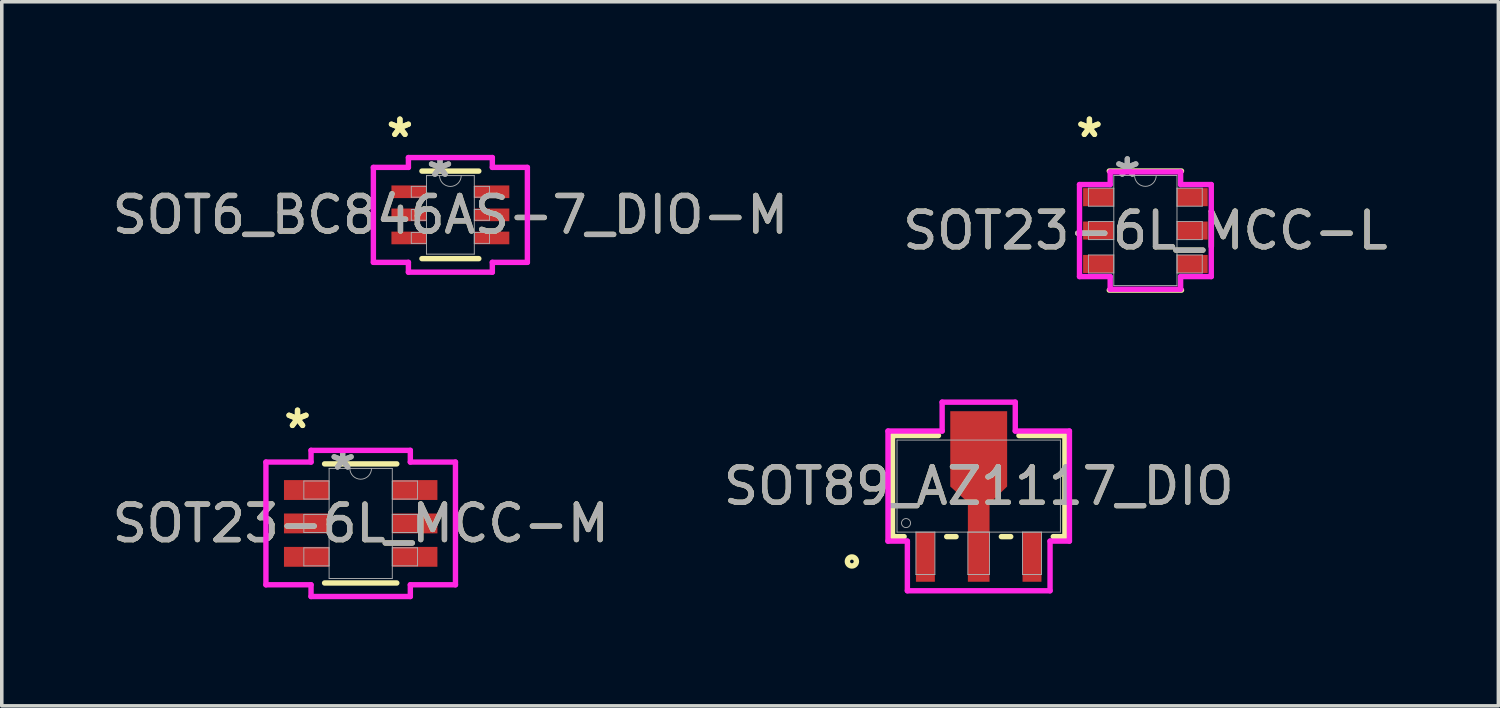
<source format=kicad_pcb>
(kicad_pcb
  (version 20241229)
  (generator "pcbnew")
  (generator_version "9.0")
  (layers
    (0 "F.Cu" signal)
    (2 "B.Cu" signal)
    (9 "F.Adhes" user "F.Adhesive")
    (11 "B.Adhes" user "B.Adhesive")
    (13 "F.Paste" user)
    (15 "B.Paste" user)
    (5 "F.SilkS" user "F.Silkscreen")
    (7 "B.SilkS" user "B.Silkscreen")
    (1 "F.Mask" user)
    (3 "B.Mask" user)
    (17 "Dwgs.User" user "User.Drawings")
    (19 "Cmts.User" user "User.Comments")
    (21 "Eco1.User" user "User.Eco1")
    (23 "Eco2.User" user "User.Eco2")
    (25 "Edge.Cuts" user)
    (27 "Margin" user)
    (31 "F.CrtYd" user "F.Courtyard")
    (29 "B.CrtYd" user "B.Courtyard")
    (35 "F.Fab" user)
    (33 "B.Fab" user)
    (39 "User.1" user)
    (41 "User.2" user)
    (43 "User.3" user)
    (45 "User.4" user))
  (footprint "SOT23-6L_MCC-L"
    (layer "F.Cu")
    (at 29.185 3.439)
    (property "Reference" "SOT23-6L_MCC-L" (at 0 0 0) (unlocked yes) (layer "F.SilkS") (effects (font (size 1 1) (thickness 0.15))))
    (attr smd)
    (fp_line (start -1.016 1.676) (end 1.016 1.676) (stroke (width 0.152) (type solid)) (layer "F.SilkS"))
    (fp_line (start 1.016 -1.676) (end -1.016 -1.676) (stroke (width 0.152) (type solid)) (layer "F.SilkS"))
    (fp_line (start -1.854 -1.295) (end -0.991 -1.295) (stroke (width 0.152) (type solid)) (layer "F.CrtYd"))
    (fp_line (start -1.854 1.295) (end -1.854 -1.295) (stroke (width 0.152) (type solid)) (layer "F.CrtYd"))
    (fp_line (start -1.854 1.295) (end -0.991 1.295) (stroke (width 0.152) (type solid)) (layer "F.CrtYd"))
    (fp_line (start -0.991 -1.651) (end 0.991 -1.651) (stroke (width 0.152) (type solid)) (layer "F.CrtYd"))
    (fp_line (start -0.991 -1.295) (end -0.991 -1.651) (stroke (width 0.152) (type solid)) (layer "F.CrtYd"))
    (fp_line (start -0.991 1.651) (end -0.991 1.295) (stroke (width 0.152) (type solid)) (layer "F.CrtYd"))
    (fp_line (start 0.991 -1.651) (end 0.991 -1.295) (stroke (width 0.152) (type solid)) (layer "F.CrtYd"))
    (fp_line (start 0.991 1.295) (end 0.991 1.651) (stroke (width 0.152) (type solid)) (layer "F.CrtYd"))
    (fp_line (start 0.991 1.651) (end -0.991 1.651) (stroke (width 0.152) (type solid)) (layer "F.CrtYd"))
    (fp_line (start 1.854 -1.295) (end 0.991 -1.295) (stroke (width 0.152) (type solid)) (layer "F.CrtYd"))
    (fp_line (start 1.854 -1.295) (end 1.854 1.295) (stroke (width 0.152) (type solid)) (layer "F.CrtYd"))
    (fp_line (start 1.854 1.295) (end 0.991 1.295) (stroke (width 0.152) (type solid)) (layer "F.CrtYd"))
    (fp_line (start -1.6 -1.194) (end -1.6 -0.686) (stroke (width 0.025) (type solid)) (layer "F.Fab"))
    (fp_line (start -1.6 -0.686) (end -0.889 -0.686) (stroke (width 0.025) (type solid)) (layer "F.Fab"))
    (fp_line (start -1.6 -0.254) (end -1.6 0.254) (stroke (width 0.025) (type solid)) (layer "F.Fab"))
    (fp_line (start -1.6 0.254) (end -0.889 0.254) (stroke (width 0.025) (type solid)) (layer "F.Fab"))
    (fp_line (start -1.6 0.686) (end -1.6 1.194) (stroke (width 0.025) (type solid)) (layer "F.Fab"))
    (fp_line (start -1.6 1.194) (end -0.889 1.194) (stroke (width 0.025) (type solid)) (layer "F.Fab"))
    (fp_line (start -0.889 -1.549) (end -0.889 1.549) (stroke (width 0.025) (type solid)) (layer "F.Fab"))
    (fp_line (start -0.889 -1.194) (end -1.6 -1.194) (stroke (width 0.025) (type solid)) (layer "F.Fab"))
    (fp_line (start -0.889 -0.686) (end -0.889 -1.194) (stroke (width 0.025) (type solid)) (layer "F.Fab"))
    (fp_line (start -0.889 -0.254) (end -1.6 -0.254) (stroke (width 0.025) (type solid)) (layer "F.Fab"))
    (fp_line (start -0.889 0.254) (end -0.889 -0.254) (stroke (width 0.025) (type solid)) (layer "F.Fab"))
    (fp_line (start -0.889 0.686) (end -1.6 0.686) (stroke (width 0.025) (type solid)) (layer "F.Fab"))
    (fp_line (start -0.889 1.194) (end -0.889 0.686) (stroke (width 0.025) (type solid)) (layer "F.Fab"))
    (fp_line (start -0.889 1.549) (end 0.889 1.549) (stroke (width 0.025) (type solid)) (layer "F.Fab"))
    (fp_line (start 0.889 -1.549) (end -0.889 -1.549) (stroke (width 0.025) (type solid)) (layer "F.Fab"))
    (fp_line (start 0.889 -1.194) (end 0.889 -0.686) (stroke (width 0.025) (type solid)) (layer "F.Fab"))
    (fp_line (start 0.889 -0.686) (end 1.6 -0.686) (stroke (width 0.025) (type solid)) (layer "F.Fab"))
    (fp_line (start 0.889 -0.254) (end 0.889 0.254) (stroke (width 0.025) (type solid)) (layer "F.Fab"))
    (fp_line (start 0.889 0.254) (end 1.6 0.254) (stroke (width 0.025) (type solid)) (layer "F.Fab"))
    (fp_line (start 0.889 0.686) (end 0.889 1.194) (stroke (width 0.025) (type solid)) (layer "F.Fab"))
    (fp_line (start 0.889 1.194) (end 1.6 1.194) (stroke (width 0.025) (type solid)) (layer "F.Fab"))
    (fp_line (start 0.889 1.549) (end 0.889 -1.549) (stroke (width 0.025) (type solid)) (layer "F.Fab"))
    (fp_line (start 1.6 -1.194) (end 0.889 -1.194) (stroke (width 0.025) (type solid)) (layer "F.Fab"))
    (fp_line (start 1.6 -0.686) (end 1.6 -1.194) (stroke (width 0.025) (type solid)) (layer "F.Fab"))
    (fp_line (start 1.6 -0.254) (end 0.889 -0.254) (stroke (width 0.025) (type solid)) (layer "F.Fab"))
    (fp_line (start 1.6 0.254) (end 1.6 -0.254) (stroke (width 0.025) (type solid)) (layer "F.Fab"))
    (fp_line (start 1.6 0.686) (end 0.889 0.686) (stroke (width 0.025) (type solid)) (layer "F.Fab"))
    (fp_line (start 1.6 1.194) (end 1.6 0.686) (stroke (width 0.025) (type solid)) (layer "F.Fab"))
    (fp_arc (start 0.3048 -1.5494) (mid 0 -1.2446) (end -0.3048 -1.5494) (stroke (width 0.0254) (type solid)) (layer "F.Fab"))
    (fp_text user "*" (at -1.575 -2.591 0) (layer "F.SilkS") (effects (font (size 1 1) (thickness 0.15))))
    (fp_text user "*" (at -1.575 -2.591 0) (unlocked yes) (layer "F.SilkS") (effects (font (size 1 1) (thickness 0.15))))
    (fp_text user "${REFERENCE}" (at 0 0 0) (unlocked yes) (layer "F.Fab") (effects (font (size 1 1) (thickness 0.15))))
    (fp_text user "*" (at -0.508 -1.473 0) (unlocked yes) (layer "F.Fab") (effects (font (size 1 1) (thickness 0.15))))
    (fp_text user "*" (at -0.508 -1.473 0) (layer "F.Fab") (effects (font (size 1 1) (thickness 0.15))))
    (pad "1" smd rect (at -1.321 -0.94) (size 0.864 0.508) (layers "F.Cu" "F.Mask" "F.Paste"))
    (pad "2" smd rect (at -1.321 0) (size 0.864 0.508) (layers "F.Cu" "F.Mask" "F.Paste"))
    (pad "3" smd rect (at -1.321 0.94) (size 0.864 0.508) (layers "F.Cu" "F.Mask" "F.Paste"))
    (pad "4" smd rect (at 1.321 0.94) (size 0.864 0.508) (layers "F.Cu" "F.Mask" "F.Paste"))
    (pad "5" smd rect (at 1.321 0) (size 0.864 0.508) (layers "F.Cu" "F.Mask" "F.Paste"))
    (pad "6" smd rect (at 1.321 -0.94) (size 0.864 0.508) (layers "F.Cu" "F.Mask" "F.Paste")))
  (footprint "SOT89_AZ1117_DIO"
    (layer "F.Cu")
    (at 24.494 10.63)
    (property "Reference" "SOT89_AZ1117_DIO" (at 0 0 0) (unlocked yes) (layer "F.SilkS") (effects (font (size 1 1) (thickness 0.15))))
    (attr smd)
    (fp_poly (pts (xy -0.305 1.295) (xy -0.305 0.457) (xy -0.8 0.013) (xy -0.8 -2.108) (xy 0.8 -2.108) (xy 0.8 0.013) (xy 0.305 0.483) (xy 0.305 1.295)) (stroke (width 0) (type solid)) (fill yes) (layer "F.Cu"))
    (fp_poly (pts (xy -0.305 1.295) (xy -0.305 0.457) (xy -0.775 -0.013) (xy -0.775 -1.956) (xy 0.775 -1.956) (xy 0.775 -0.013) (xy 0.305 0.457) (xy 0.305 1.295)) (stroke (width 0) (type solid)) (fill yes) (layer "F.Mask"))
    (fp_line (start -2.426 -1.422) (end -2.426 1.422) (stroke (width 0.152) (type solid)) (layer "F.SilkS"))
    (fp_line (start -2.426 1.422) (end -2.099 1.422) (stroke (width 0.152) (type solid)) (layer "F.SilkS"))
    (fp_line (start -1.133 -1.422) (end -2.426 -1.422) (stroke (width 0.152) (type solid)) (layer "F.SilkS"))
    (fp_line (start -0.901 1.422) (end -0.638 1.422) (stroke (width 0.152) (type solid)) (layer "F.SilkS"))
    (fp_line (start 0.638 1.422) (end 0.901 1.422) (stroke (width 0.152) (type solid)) (layer "F.SilkS"))
    (fp_line (start 2.099 1.422) (end 2.426 1.422) (stroke (width 0.152) (type solid)) (layer "F.SilkS"))
    (fp_line (start 2.426 -1.422) (end 1.133 -1.422) (stroke (width 0.152) (type solid)) (layer "F.SilkS"))
    (fp_line (start 2.426 1.422) (end 2.426 -1.422) (stroke (width 0.152) (type solid)) (layer "F.SilkS"))
    (fp_circle (center -3.569 2.121) (end -3.442 2.121) (stroke (width 0.152) (type solid)) (fill no) (layer "F.SilkS"))
    (fp_poly (pts (xy -0.305 1.295) (xy -0.305 0.457) (xy -0.775 -0.013) (xy -0.775 -1.956) (xy 0.775 -1.956) (xy 0.775 -0.013) (xy 0.305 0.457) (xy 0.305 1.295)) (stroke (width 0) (type solid)) (fill yes) (layer "F.Paste"))
    (fp_line (start -2.553 -1.549) (end -1.029 -1.549) (stroke (width 0.152) (type solid)) (layer "F.CrtYd"))
    (fp_line (start -2.553 1.549) (end -2.553 -1.549) (stroke (width 0.152) (type solid)) (layer "F.CrtYd"))
    (fp_line (start -2.008 1.549) (end -2.553 1.549) (stroke (width 0.152) (type solid)) (layer "F.CrtYd"))
    (fp_line (start -2.008 2.946) (end -2.008 1.549) (stroke (width 0.152) (type solid)) (layer "F.CrtYd"))
    (fp_line (start -1.029 -2.362) (end 1.029 -2.362) (stroke (width 0.152) (type solid)) (layer "F.CrtYd"))
    (fp_line (start -1.029 -1.549) (end -1.029 -2.362) (stroke (width 0.152) (type solid)) (layer "F.CrtYd"))
    (fp_line (start 1.029 -2.362) (end 1.029 -1.549) (stroke (width 0.152) (type solid)) (layer "F.CrtYd"))
    (fp_line (start 1.029 -1.549) (end 2.553 -1.549) (stroke (width 0.152) (type solid)) (layer "F.CrtYd"))
    (fp_line (start 2.008 1.549) (end 2.008 2.946) (stroke (width 0.152) (type solid)) (layer "F.CrtYd"))
    (fp_line (start 2.008 2.946) (end -2.008 2.946) (stroke (width 0.152) (type solid)) (layer "F.CrtYd"))
    (fp_line (start 2.553 -1.549) (end 2.553 1.549) (stroke (width 0.152) (type solid)) (layer "F.CrtYd"))
    (fp_line (start 2.553 1.549) (end 2.008 1.549) (stroke (width 0.152) (type solid)) (layer "F.CrtYd"))
    (fp_line (start -2.299 -1.295) (end -2.299 1.295) (stroke (width 0.025) (type solid)) (layer "F.Fab"))
    (fp_line (start -2.299 1.295) (end 2.299 1.295) (stroke (width 0.025) (type solid)) (layer "F.Fab"))
    (fp_line (start -1.767 1.295) (end -1.767 2.489) (stroke (width 0.025) (type solid)) (layer "F.Fab"))
    (fp_line (start -1.767 2.489) (end -1.233 2.489) (stroke (width 0.025) (type solid)) (layer "F.Fab"))
    (fp_line (start -1.233 1.295) (end -1.767 1.295) (stroke (width 0.025) (type solid)) (layer "F.Fab"))
    (fp_line (start -1.233 2.489) (end -1.233 1.295) (stroke (width 0.025) (type solid)) (layer "F.Fab"))
    (fp_line (start -0.305 1.295) (end -0.305 2.489) (stroke (width 0.025) (type solid)) (layer "F.Fab"))
    (fp_line (start -0.305 2.489) (end 0.305 2.489) (stroke (width 0.025) (type solid)) (layer "F.Fab"))
    (fp_line (start 0.305 1.295) (end -0.305 1.295) (stroke (width 0.025) (type solid)) (layer "F.Fab"))
    (fp_line (start 0.305 2.489) (end 0.305 1.295) (stroke (width 0.025) (type solid)) (layer "F.Fab"))
    (fp_line (start 1.233 1.295) (end 1.233 2.489) (stroke (width 0.025) (type solid)) (layer "F.Fab"))
    (fp_line (start 1.233 2.489) (end 1.767 2.489) (stroke (width 0.025) (type solid)) (layer "F.Fab"))
    (fp_line (start 1.767 1.295) (end 1.233 1.295) (stroke (width 0.025) (type solid)) (layer "F.Fab"))
    (fp_line (start 1.767 2.489) (end 1.767 1.295) (stroke (width 0.025) (type solid)) (layer "F.Fab"))
    (fp_line (start 2.299 -1.295) (end -2.299 -1.295) (stroke (width 0.025) (type solid)) (layer "F.Fab"))
    (fp_line (start 2.299 1.295) (end 2.299 -1.295) (stroke (width 0.025) (type solid)) (layer "F.Fab"))
    (fp_circle (center -2.045 1.041) (end -1.918 1.041) (stroke (width 0.025) (type solid)) (fill no) (layer "F.Fab"))
    (fp_text user "${REFERENCE}" (at 0 0 0) (unlocked yes) (layer "F.Fab") (effects (font (size 1 1) (thickness 0.15))))
    (pad "1" smd rect (at -1.5 1.994) (size 0.533 1.397) (layers "F.Cu" "F.Mask" "F.Paste"))
    (pad "2" smd rect (at 0 1.994) (size 0.61 1.397) (layers "F.Cu" "F.Mask" "F.Paste"))
    (pad "3" smd rect (at 1.5 1.994) (size 0.533 1.397) (layers "F.Cu" "F.Mask" "F.Paste")))
  (footprint "SOT6_BC846AS-7_DIO-M"
    (layer "F.Cu")
    (at 9.625 2.997)
    (property "Reference" "SOT6_BC846AS-7_DIO-M" (at 0 0 0) (unlocked yes) (layer "F.SilkS") (effects (font (size 1 1) (thickness 0.15))))
    (attr smd)
    (fp_line (start -0.8 1.232) (end 0.8 1.232) (stroke (width 0.152) (type solid)) (layer "F.SilkS"))
    (fp_line (start 0.8 -1.232) (end -0.8 -1.232) (stroke (width 0.152) (type solid)) (layer "F.SilkS"))
    (fp_line (start -2.167 -1.336) (end -1.181 -1.336) (stroke (width 0.152) (type solid)) (layer "F.CrtYd"))
    (fp_line (start -2.167 1.336) (end -2.167 -1.336) (stroke (width 0.152) (type solid)) (layer "F.CrtYd"))
    (fp_line (start -2.167 1.336) (end -1.181 1.336) (stroke (width 0.152) (type solid)) (layer "F.CrtYd"))
    (fp_line (start -1.181 -1.613) (end 1.181 -1.613) (stroke (width 0.152) (type solid)) (layer "F.CrtYd"))
    (fp_line (start -1.181 -1.336) (end -1.181 -1.613) (stroke (width 0.152) (type solid)) (layer "F.CrtYd"))
    (fp_line (start -1.181 1.613) (end -1.181 1.336) (stroke (width 0.152) (type solid)) (layer "F.CrtYd"))
    (fp_line (start 1.181 -1.613) (end 1.181 -1.336) (stroke (width 0.152) (type solid)) (layer "F.CrtYd"))
    (fp_line (start 1.181 1.336) (end 1.181 1.613) (stroke (width 0.152) (type solid)) (layer "F.CrtYd"))
    (fp_line (start 1.181 1.613) (end -1.181 1.613) (stroke (width 0.152) (type solid)) (layer "F.CrtYd"))
    (fp_line (start 2.167 -1.336) (end 1.181 -1.336) (stroke (width 0.152) (type solid)) (layer "F.CrtYd"))
    (fp_line (start 2.167 -1.336) (end 2.167 1.336) (stroke (width 0.152) (type solid)) (layer "F.CrtYd"))
    (fp_line (start 2.167 1.336) (end 1.181 1.336) (stroke (width 0.152) (type solid)) (layer "F.CrtYd"))
    (fp_line (start -1.1 -0.802) (end -1.1 -0.498) (stroke (width 0.025) (type solid)) (layer "F.Fab"))
    (fp_line (start -1.1 -0.498) (end -0.673 -0.498) (stroke (width 0.025) (type solid)) (layer "F.Fab"))
    (fp_line (start -1.1 -0.152) (end -1.1 0.152) (stroke (width 0.025) (type solid)) (layer "F.Fab"))
    (fp_line (start -1.1 0.152) (end -0.673 0.152) (stroke (width 0.025) (type solid)) (layer "F.Fab"))
    (fp_line (start -1.1 0.498) (end -1.1 0.802) (stroke (width 0.025) (type solid)) (layer "F.Fab"))
    (fp_line (start -1.1 0.802) (end -0.673 0.802) (stroke (width 0.025) (type solid)) (layer "F.Fab"))
    (fp_line (start -0.673 -1.105) (end -0.673 1.105) (stroke (width 0.025) (type solid)) (layer "F.Fab"))
    (fp_line (start -0.673 -0.802) (end -1.1 -0.802) (stroke (width 0.025) (type solid)) (layer "F.Fab"))
    (fp_line (start -0.673 -0.498) (end -0.673 -0.802) (stroke (width 0.025) (type solid)) (layer "F.Fab"))
    (fp_line (start -0.673 -0.152) (end -1.1 -0.152) (stroke (width 0.025) (type solid)) (layer "F.Fab"))
    (fp_line (start -0.673 0.152) (end -0.673 -0.152) (stroke (width 0.025) (type solid)) (layer "F.Fab"))
    (fp_line (start -0.673 0.498) (end -1.1 0.498) (stroke (width 0.025) (type solid)) (layer "F.Fab"))
    (fp_line (start -0.673 0.802) (end -0.673 0.498) (stroke (width 0.025) (type solid)) (layer "F.Fab"))
    (fp_line (start -0.673 1.105) (end 0.673 1.105) (stroke (width 0.025) (type solid)) (layer "F.Fab"))
    (fp_line (start 0.673 -1.105) (end -0.673 -1.105) (stroke (width 0.025) (type solid)) (layer "F.Fab"))
    (fp_line (start 0.673 -0.802) (end 0.673 -0.498) (stroke (width 0.025) (type solid)) (layer "F.Fab"))
    (fp_line (start 0.673 -0.498) (end 1.1 -0.498) (stroke (width 0.025) (type solid)) (layer "F.Fab"))
    (fp_line (start 0.673 -0.152) (end 0.673 0.152) (stroke (width 0.025) (type solid)) (layer "F.Fab"))
    (fp_line (start 0.673 0.152) (end 1.1 0.152) (stroke (width 0.025) (type solid)) (layer "F.Fab"))
    (fp_line (start 0.673 0.498) (end 0.673 0.802) (stroke (width 0.025) (type solid)) (layer "F.Fab"))
    (fp_line (start 0.673 0.802) (end 1.1 0.802) (stroke (width 0.025) (type solid)) (layer "F.Fab"))
    (fp_line (start 0.673 1.105) (end 0.673 -1.105) (stroke (width 0.025) (type solid)) (layer "F.Fab"))
    (fp_line (start 1.1 -0.802) (end 0.673 -0.802) (stroke (width 0.025) (type solid)) (layer "F.Fab"))
    (fp_line (start 1.1 -0.498) (end 1.1 -0.802) (stroke (width 0.025) (type solid)) (layer "F.Fab"))
    (fp_line (start 1.1 -0.152) (end 0.673 -0.152) (stroke (width 0.025) (type solid)) (layer "F.Fab"))
    (fp_line (start 1.1 0.152) (end 1.1 -0.152) (stroke (width 0.025) (type solid)) (layer "F.Fab"))
    (fp_line (start 1.1 0.498) (end 0.673 0.498) (stroke (width 0.025) (type solid)) (layer "F.Fab"))
    (fp_line (start 1.1 0.802) (end 1.1 0.498) (stroke (width 0.025) (type solid)) (layer "F.Fab"))
    (fp_arc (start 0.3048 -1.1049) (mid 0 -0.8001) (end -0.3048 -1.1049) (stroke (width 0.0254) (type solid)) (layer "F.Fab"))
    (fp_text user "*" (at -1.42 -2.149 0) (layer "F.SilkS") (effects (font (size 1 1) (thickness 0.15))))
    (fp_text user "*" (at -1.42 -2.149 0) (unlocked yes) (layer "F.SilkS") (effects (font (size 1 1) (thickness 0.15))))
    (fp_text user "*" (at -0.292 -1.029 0) (layer "F.Fab") (effects (font (size 1 1) (thickness 0.15))))
    (fp_text user "*" (at -0.292 -1.029 0) (unlocked yes) (layer "F.Fab") (effects (font (size 1 1) (thickness 0.15))))
    (fp_text user "${REFERENCE}" (at 0 0 0) (unlocked yes) (layer "F.Fab") (effects (font (size 1 1) (thickness 0.15))))
    (pad "1" smd rect (at -1.166 -0.65) (size 0.986 0.356) (layers "F.Cu" "F.Mask" "F.Paste"))
    (pad "2" smd rect (at -1.166 0) (size 0.986 0.356) (layers "F.Cu" "F.Mask" "F.Paste"))
    (pad "3" smd rect (at -1.166 0.65) (size 0.986 0.356) (layers "F.Cu" "F.Mask" "F.Paste"))
    (pad "4" smd rect (at 1.166 0.65) (size 0.986 0.356) (layers "F.Cu" "F.Mask" "F.Paste"))
    (pad "5" smd rect (at 1.166 0) (size 0.986 0.356) (layers "F.Cu" "F.Mask" "F.Paste"))
    (pad "6" smd rect (at 1.166 -0.65) (size 0.986 0.356) (layers "F.Cu" "F.Mask" "F.Paste")))
  (footprint "SOT23-6L_MCC-M"
    (layer "F.Cu")
    (at 7.101 11.681)
    (property "Reference" "SOT23-6L_MCC-M" (at 0 0 0) (unlocked yes) (layer "F.SilkS") (effects (font (size 1 1) (thickness 0.15))))
    (attr smd)
    (fp_line (start -1.016 1.676) (end 1.016 1.676) (stroke (width 0.152) (type solid)) (layer "F.SilkS"))
    (fp_line (start 1.016 -1.676) (end -1.016 -1.676) (stroke (width 0.152) (type solid)) (layer "F.SilkS"))
    (fp_line (start -2.667 -1.727) (end -1.397 -1.727) (stroke (width 0.152) (type solid)) (layer "F.CrtYd"))
    (fp_line (start -2.667 1.727) (end -2.667 -1.727) (stroke (width 0.152) (type solid)) (layer "F.CrtYd"))
    (fp_line (start -2.667 1.727) (end -1.397 1.727) (stroke (width 0.152) (type solid)) (layer "F.CrtYd"))
    (fp_line (start -1.397 -2.057) (end 1.397 -2.057) (stroke (width 0.152) (type solid)) (layer "F.CrtYd"))
    (fp_line (start -1.397 -1.727) (end -1.397 -2.057) (stroke (width 0.152) (type solid)) (layer "F.CrtYd"))
    (fp_line (start -1.397 2.057) (end -1.397 1.727) (stroke (width 0.152) (type solid)) (layer "F.CrtYd"))
    (fp_line (start 1.397 -2.057) (end 1.397 -1.727) (stroke (width 0.152) (type solid)) (layer "F.CrtYd"))
    (fp_line (start 1.397 1.727) (end 1.397 2.057) (stroke (width 0.152) (type solid)) (layer "F.CrtYd"))
    (fp_line (start 1.397 2.057) (end -1.397 2.057) (stroke (width 0.152) (type solid)) (layer "F.CrtYd"))
    (fp_line (start 2.667 -1.727) (end 1.397 -1.727) (stroke (width 0.152) (type solid)) (layer "F.CrtYd"))
    (fp_line (start 2.667 -1.727) (end 2.667 1.727) (stroke (width 0.152) (type solid)) (layer "F.CrtYd"))
    (fp_line (start 2.667 1.727) (end 1.397 1.727) (stroke (width 0.152) (type solid)) (layer "F.CrtYd"))
    (fp_line (start -1.6 -1.194) (end -1.6 -0.686) (stroke (width 0.025) (type solid)) (layer "F.Fab"))
    (fp_line (start -1.6 -0.686) (end -0.889 -0.686) (stroke (width 0.025) (type solid)) (layer "F.Fab"))
    (fp_line (start -1.6 -0.254) (end -1.6 0.254) (stroke (width 0.025) (type solid)) (layer "F.Fab"))
    (fp_line (start -1.6 0.254) (end -0.889 0.254) (stroke (width 0.025) (type solid)) (layer "F.Fab"))
    (fp_line (start -1.6 0.686) (end -1.6 1.194) (stroke (width 0.025) (type solid)) (layer "F.Fab"))
    (fp_line (start -1.6 1.194) (end -0.889 1.194) (stroke (width 0.025) (type solid)) (layer "F.Fab"))
    (fp_line (start -0.889 -1.549) (end -0.889 1.549) (stroke (width 0.025) (type solid)) (layer "F.Fab"))
    (fp_line (start -0.889 -1.194) (end -1.6 -1.194) (stroke (width 0.025) (type solid)) (layer "F.Fab"))
    (fp_line (start -0.889 -0.686) (end -0.889 -1.194) (stroke (width 0.025) (type solid)) (layer "F.Fab"))
    (fp_line (start -0.889 -0.254) (end -1.6 -0.254) (stroke (width 0.025) (type solid)) (layer "F.Fab"))
    (fp_line (start -0.889 0.254) (end -0.889 -0.254) (stroke (width 0.025) (type solid)) (layer "F.Fab"))
    (fp_line (start -0.889 0.686) (end -1.6 0.686) (stroke (width 0.025) (type solid)) (layer "F.Fab"))
    (fp_line (start -0.889 1.194) (end -0.889 0.686) (stroke (width 0.025) (type solid)) (layer "F.Fab"))
    (fp_line (start -0.889 1.549) (end 0.889 1.549) (stroke (width 0.025) (type solid)) (layer "F.Fab"))
    (fp_line (start 0.889 -1.549) (end -0.889 -1.549) (stroke (width 0.025) (type solid)) (layer "F.Fab"))
    (fp_line (start 0.889 -1.194) (end 0.889 -0.686) (stroke (width 0.025) (type solid)) (layer "F.Fab"))
    (fp_line (start 0.889 -0.686) (end 1.6 -0.686) (stroke (width 0.025) (type solid)) (layer "F.Fab"))
    (fp_line (start 0.889 -0.254) (end 0.889 0.254) (stroke (width 0.025) (type solid)) (layer "F.Fab"))
    (fp_line (start 0.889 0.254) (end 1.6 0.254) (stroke (width 0.025) (type solid)) (layer "F.Fab"))
    (fp_line (start 0.889 0.686) (end 0.889 1.194) (stroke (width 0.025) (type solid)) (layer "F.Fab"))
    (fp_line (start 0.889 1.194) (end 1.6 1.194) (stroke (width 0.025) (type solid)) (layer "F.Fab"))
    (fp_line (start 0.889 1.549) (end 0.889 -1.549) (stroke (width 0.025) (type solid)) (layer "F.Fab"))
    (fp_line (start 1.6 -1.194) (end 0.889 -1.194) (stroke (width 0.025) (type solid)) (layer "F.Fab"))
    (fp_line (start 1.6 -0.686) (end 1.6 -1.194) (stroke (width 0.025) (type solid)) (layer "F.Fab"))
    (fp_line (start 1.6 -0.254) (end 0.889 -0.254) (stroke (width 0.025) (type solid)) (layer "F.Fab"))
    (fp_line (start 1.6 0.254) (end 1.6 -0.254) (stroke (width 0.025) (type solid)) (layer "F.Fab"))
    (fp_line (start 1.6 0.686) (end 0.889 0.686) (stroke (width 0.025) (type solid)) (layer "F.Fab"))
    (fp_line (start 1.6 1.194) (end 1.6 0.686) (stroke (width 0.025) (type solid)) (layer "F.Fab"))
    (fp_arc (start 0.3048 -1.5494) (mid 0 -1.2446) (end -0.3048 -1.5494) (stroke (width 0.0254) (type solid)) (layer "F.Fab"))
    (fp_text user "*" (at -1.778 -2.642 0) (layer "F.SilkS") (effects (font (size 1 1) (thickness 0.15))))
    (fp_text user "*" (at -1.778 -2.642 0) (unlocked yes) (layer "F.SilkS") (effects (font (size 1 1) (thickness 0.15))))
    (fp_text user "*" (at -0.508 -1.473 0) (unlocked yes) (layer "F.Fab") (effects (font (size 1 1) (thickness 0.15))))
    (fp_text user "${REFERENCE}" (at 0 0 0) (unlocked yes) (layer "F.Fab") (effects (font (size 1 1) (thickness 0.15))))
    (fp_text user "*" (at -0.508 -1.473 0) (layer "F.Fab") (effects (font (size 1 1) (thickness 0.15))))
    (pad "1" smd rect (at -1.524 -0.94) (size 1.27 0.559) (layers "F.Cu" "F.Mask" "F.Paste"))
    (pad "2" smd rect (at -1.524 0) (size 1.27 0.559) (layers "F.Cu" "F.Mask" "F.Paste"))
    (pad "3" smd rect (at -1.524 0.94) (size 1.27 0.559) (layers "F.Cu" "F.Mask" "F.Paste"))
    (pad "4" smd rect (at 1.524 0.94) (size 1.27 0.559) (layers "F.Cu" "F.Mask" "F.Paste"))
    (pad "5" smd rect (at 1.524 0) (size 1.27 0.559) (layers "F.Cu" "F.Mask" "F.Paste"))
    (pad "6" smd rect (at 1.524 -0.94) (size 1.27 0.559) (layers "F.Cu" "F.Mask" "F.Paste")))
  (gr_rect
    (start -3 -3)
    (end 39.119 16.815)
    (stroke (width 0.1) (type default))
    (fill no)
    (layer "Edge.Cuts")))
</source>
